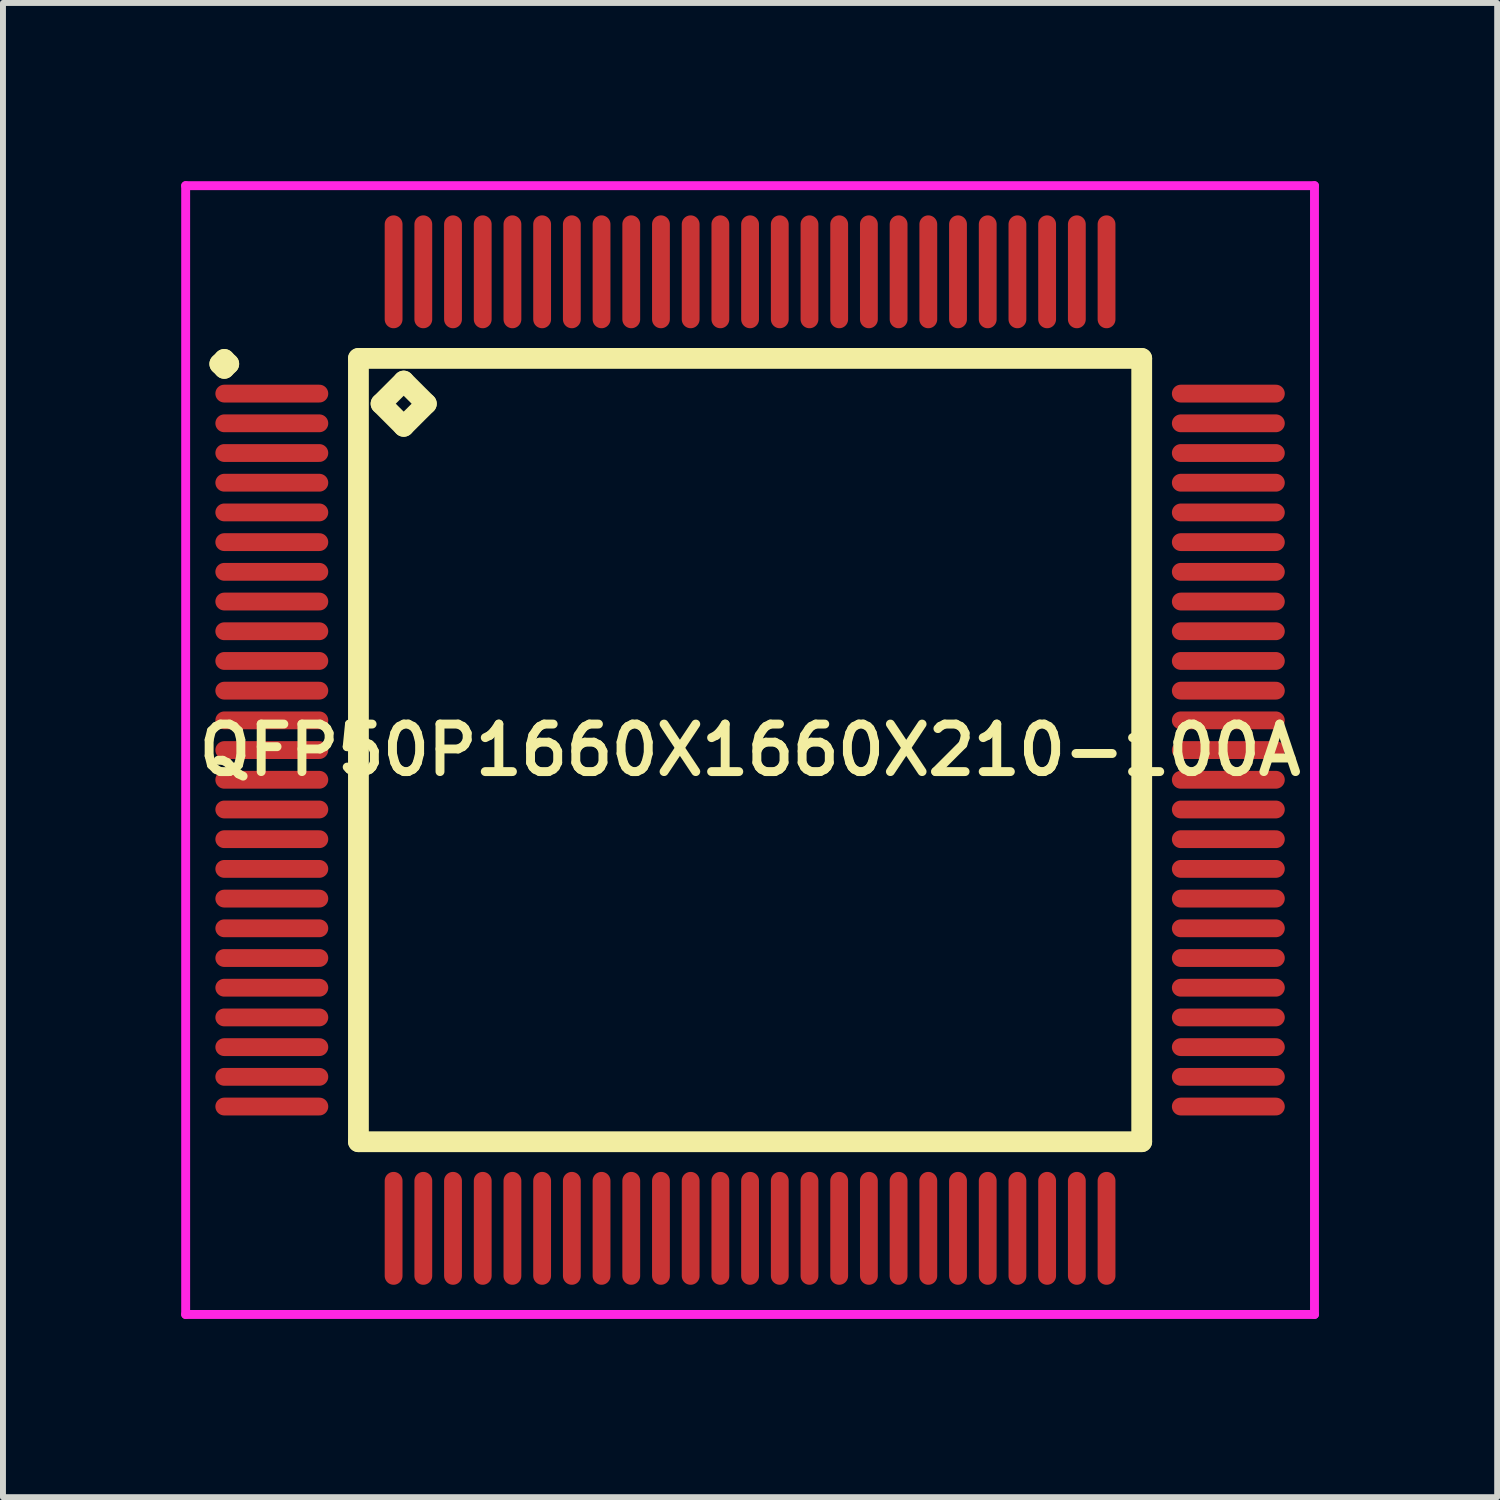
<source format=kicad_pcb>
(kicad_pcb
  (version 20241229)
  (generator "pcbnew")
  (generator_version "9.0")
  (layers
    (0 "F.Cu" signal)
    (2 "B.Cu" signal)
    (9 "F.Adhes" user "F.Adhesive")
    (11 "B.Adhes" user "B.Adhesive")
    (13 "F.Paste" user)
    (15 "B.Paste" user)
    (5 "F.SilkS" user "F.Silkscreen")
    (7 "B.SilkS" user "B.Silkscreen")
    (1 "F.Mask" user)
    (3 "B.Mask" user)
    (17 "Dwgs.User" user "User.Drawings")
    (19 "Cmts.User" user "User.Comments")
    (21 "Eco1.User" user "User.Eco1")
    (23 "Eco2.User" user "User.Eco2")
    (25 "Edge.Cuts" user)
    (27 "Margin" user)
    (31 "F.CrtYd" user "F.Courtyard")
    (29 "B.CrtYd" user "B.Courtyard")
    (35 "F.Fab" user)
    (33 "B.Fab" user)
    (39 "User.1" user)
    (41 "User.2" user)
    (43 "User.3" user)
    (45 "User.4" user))
  (footprint "QFP50P1660X1660X210-100A"
    (layer "F.Cu")
    (at 9.575 9.575)
    (property "Reference" "QFP50P1660X1660X210-100A" (at 0 0 0) (layer "F.SilkS") (effects (font (size 0.8 0.8) (thickness 0.15))))
    (attr through_hole)
    (fp_line (start -8.925 -6.5) (end -8.85 -6.575) (stroke (width 0.35) (type solid)) (layer "F.SilkS"))
    (fp_line (start -8.85 -6.575) (end -8.775 -6.5) (stroke (width 0.35) (type solid)) (layer "F.SilkS"))
    (fp_line (start -8.85 -6.425) (end -8.925 -6.5) (stroke (width 0.35) (type solid)) (layer "F.SilkS"))
    (fp_line (start -8.775 -6.5) (end -8.85 -6.425) (stroke (width 0.35) (type solid)) (layer "F.SilkS"))
    (fp_line (start -6.592 -6.592) (end -6.592 6.592) (stroke (width 0.35) (type solid)) (layer "F.SilkS"))
    (fp_line (start -6.592 6.592) (end 6.592 6.592) (stroke (width 0.35) (type solid)) (layer "F.SilkS"))
    (fp_line (start -6.211 -5.83) (end -5.83 -6.211) (stroke (width 0.35) (type solid)) (layer "F.SilkS"))
    (fp_line (start -5.83 -6.211) (end -5.449 -5.83) (stroke (width 0.35) (type solid)) (layer "F.SilkS"))
    (fp_line (start -5.83 -5.449) (end -6.211 -5.83) (stroke (width 0.35) (type solid)) (layer "F.SilkS"))
    (fp_line (start -5.449 -5.83) (end -5.83 -5.449) (stroke (width 0.35) (type solid)) (layer "F.SilkS"))
    (fp_line (start 6.592 -6.592) (end -6.592 -6.592) (stroke (width 0.35) (type solid)) (layer "F.SilkS"))
    (fp_line (start 6.592 6.592) (end 6.592 -6.592) (stroke (width 0.35) (type solid)) (layer "F.SilkS"))
    (fp_line (start -9.5 -9.5) (end 9.5 -9.5) (stroke (width 0.15) (type solid)) (layer "F.CrtYd"))
    (fp_line (start -9.5 9.5) (end -9.5 -9.5) (stroke (width 0.15) (type solid)) (layer "F.CrtYd"))
    (fp_line (start 9.5 -9.5) (end 9.5 9.5) (stroke (width 0.15) (type solid)) (layer "F.CrtYd"))
    (fp_line (start 9.5 9.5) (end -9.5 9.5) (stroke (width 0.15) (type solid)) (layer "F.CrtYd"))
    (pad "1" smd oval (at -8.05 -6) (size 1.9 0.3) (layers "F.Cu" "F.Mask" "F.Paste"))
    (pad "2" smd oval (at -8.05 -5.5) (size 1.9 0.3) (layers "F.Cu" "F.Mask" "F.Paste"))
    (pad "3" smd oval (at -8.05 -5) (size 1.9 0.3) (layers "F.Cu" "F.Mask" "F.Paste"))
    (pad "4" smd oval (at -8.05 -4.5) (size 1.9 0.3) (layers "F.Cu" "F.Mask" "F.Paste"))
    (pad "5" smd oval (at -8.05 -4) (size 1.9 0.3) (layers "F.Cu" "F.Mask" "F.Paste"))
    (pad "6" smd oval (at -8.05 -3.5) (size 1.9 0.3) (layers "F.Cu" "F.Mask" "F.Paste"))
    (pad "7" smd oval (at -8.05 -3) (size 1.9 0.3) (layers "F.Cu" "F.Mask" "F.Paste"))
    (pad "8" smd oval (at -8.05 -2.5) (size 1.9 0.3) (layers "F.Cu" "F.Mask" "F.Paste"))
    (pad "9" smd oval (at -8.05 -2) (size 1.9 0.3) (layers "F.Cu" "F.Mask" "F.Paste"))
    (pad "10" smd oval (at -8.05 -1.5) (size 1.9 0.3) (layers "F.Cu" "F.Mask" "F.Paste"))
    (pad "11" smd oval (at -8.05 -1) (size 1.9 0.3) (layers "F.Cu" "F.Mask" "F.Paste"))
    (pad "12" smd oval (at -8.05 -0.5) (size 1.9 0.3) (layers "F.Cu" "F.Mask" "F.Paste"))
    (pad "13" smd oval (at -8.05 0) (size 1.9 0.3) (layers "F.Cu" "F.Mask" "F.Paste"))
    (pad "14" smd oval (at -8.05 0.5) (size 1.9 0.3) (layers "F.Cu" "F.Mask" "F.Paste"))
    (pad "15" smd oval (at -8.05 1) (size 1.9 0.3) (layers "F.Cu" "F.Mask" "F.Paste"))
    (pad "16" smd oval (at -8.05 1.5) (size 1.9 0.3) (layers "F.Cu" "F.Mask" "F.Paste"))
    (pad "17" smd oval (at -8.05 2) (size 1.9 0.3) (layers "F.Cu" "F.Mask" "F.Paste"))
    (pad "18" smd oval (at -8.05 2.5) (size 1.9 0.3) (layers "F.Cu" "F.Mask" "F.Paste"))
    (pad "19" smd oval (at -8.05 3) (size 1.9 0.3) (layers "F.Cu" "F.Mask" "F.Paste"))
    (pad "20" smd oval (at -8.05 3.5) (size 1.9 0.3) (layers "F.Cu" "F.Mask" "F.Paste"))
    (pad "21" smd oval (at -8.05 4) (size 1.9 0.3) (layers "F.Cu" "F.Mask" "F.Paste"))
    (pad "22" smd oval (at -8.05 4.5) (size 1.9 0.3) (layers "F.Cu" "F.Mask" "F.Paste"))
    (pad "23" smd oval (at -8.05 5) (size 1.9 0.3) (layers "F.Cu" "F.Mask" "F.Paste"))
    (pad "24" smd oval (at -8.05 5.5) (size 1.9 0.3) (layers "F.Cu" "F.Mask" "F.Paste"))
    (pad "25" smd oval (at -8.05 6) (size 1.9 0.3) (layers "F.Cu" "F.Mask" "F.Paste"))
    (pad "26" smd oval (at -6 8.05) (size 0.3 1.9) (layers "F.Cu" "F.Mask" "F.Paste"))
    (pad "27" smd oval (at -5.5 8.05) (size 0.3 1.9) (layers "F.Cu" "F.Mask" "F.Paste"))
    (pad "28" smd oval (at -5 8.05) (size 0.3 1.9) (layers "F.Cu" "F.Mask" "F.Paste"))
    (pad "29" smd oval (at -4.5 8.05) (size 0.3 1.9) (layers "F.Cu" "F.Mask" "F.Paste"))
    (pad "30" smd oval (at -4 8.05) (size 0.3 1.9) (layers "F.Cu" "F.Mask" "F.Paste"))
    (pad "31" smd oval (at -3.5 8.05) (size 0.3 1.9) (layers "F.Cu" "F.Mask" "F.Paste"))
    (pad "32" smd oval (at -3 8.05) (size 0.3 1.9) (layers "F.Cu" "F.Mask" "F.Paste"))
    (pad "33" smd oval (at -2.5 8.05) (size 0.3 1.9) (layers "F.Cu" "F.Mask" "F.Paste"))
    (pad "34" smd oval (at -2 8.05) (size 0.3 1.9) (layers "F.Cu" "F.Mask" "F.Paste"))
    (pad "35" smd oval (at -1.5 8.05) (size 0.3 1.9) (layers "F.Cu" "F.Mask" "F.Paste"))
    (pad "36" smd oval (at -1 8.05) (size 0.3 1.9) (layers "F.Cu" "F.Mask" "F.Paste"))
    (pad "37" smd oval (at -0.5 8.05) (size 0.3 1.9) (layers "F.Cu" "F.Mask" "F.Paste"))
    (pad "38" smd oval (at 0 8.05) (size 0.3 1.9) (layers "F.Cu" "F.Mask" "F.Paste"))
    (pad "39" smd oval (at 0.5 8.05) (size 0.3 1.9) (layers "F.Cu" "F.Mask" "F.Paste"))
    (pad "40" smd oval (at 1 8.05) (size 0.3 1.9) (layers "F.Cu" "F.Mask" "F.Paste"))
    (pad "41" smd oval (at 1.5 8.05) (size 0.3 1.9) (layers "F.Cu" "F.Mask" "F.Paste"))
    (pad "42" smd oval (at 2 8.05) (size 0.3 1.9) (layers "F.Cu" "F.Mask" "F.Paste"))
    (pad "43" smd oval (at 2.5 8.05) (size 0.3 1.9) (layers "F.Cu" "F.Mask" "F.Paste"))
    (pad "44" smd oval (at 3 8.05) (size 0.3 1.9) (layers "F.Cu" "F.Mask" "F.Paste"))
    (pad "45" smd oval (at 3.5 8.05) (size 0.3 1.9) (layers "F.Cu" "F.Mask" "F.Paste"))
    (pad "46" smd oval (at 4 8.05) (size 0.3 1.9) (layers "F.Cu" "F.Mask" "F.Paste"))
    (pad "47" smd oval (at 4.5 8.05) (size 0.3 1.9) (layers "F.Cu" "F.Mask" "F.Paste"))
    (pad "48" smd oval (at 5 8.05) (size 0.3 1.9) (layers "F.Cu" "F.Mask" "F.Paste"))
    (pad "49" smd oval (at 5.5 8.05) (size 0.3 1.9) (layers "F.Cu" "F.Mask" "F.Paste"))
    (pad "50" smd oval (at 6 8.05) (size 0.3 1.9) (layers "F.Cu" "F.Mask" "F.Paste"))
    (pad "51" smd oval (at 8.05 6) (size 1.9 0.3) (layers "F.Cu" "F.Mask" "F.Paste"))
    (pad "52" smd oval (at 8.05 5.5) (size 1.9 0.3) (layers "F.Cu" "F.Mask" "F.Paste"))
    (pad "53" smd oval (at 8.05 5) (size 1.9 0.3) (layers "F.Cu" "F.Mask" "F.Paste"))
    (pad "54" smd oval (at 8.05 4.5) (size 1.9 0.3) (layers "F.Cu" "F.Mask" "F.Paste"))
    (pad "55" smd oval (at 8.05 4) (size 1.9 0.3) (layers "F.Cu" "F.Mask" "F.Paste"))
    (pad "56" smd oval (at 8.05 3.5) (size 1.9 0.3) (layers "F.Cu" "F.Mask" "F.Paste"))
    (pad "57" smd oval (at 8.05 3) (size 1.9 0.3) (layers "F.Cu" "F.Mask" "F.Paste"))
    (pad "58" smd oval (at 8.05 2.5) (size 1.9 0.3) (layers "F.Cu" "F.Mask" "F.Paste"))
    (pad "59" smd oval (at 8.05 2) (size 1.9 0.3) (layers "F.Cu" "F.Mask" "F.Paste"))
    (pad "60" smd oval (at 8.05 1.5) (size 1.9 0.3) (layers "F.Cu" "F.Mask" "F.Paste"))
    (pad "61" smd oval (at 8.05 1) (size 1.9 0.3) (layers "F.Cu" "F.Mask" "F.Paste"))
    (pad "62" smd oval (at 8.05 0.5) (size 1.9 0.3) (layers "F.Cu" "F.Mask" "F.Paste"))
    (pad "63" smd oval (at 8.05 0) (size 1.9 0.3) (layers "F.Cu" "F.Mask" "F.Paste"))
    (pad "64" smd oval (at 8.05 -0.5) (size 1.9 0.3) (layers "F.Cu" "F.Mask" "F.Paste"))
    (pad "65" smd oval (at 8.05 -1) (size 1.9 0.3) (layers "F.Cu" "F.Mask" "F.Paste"))
    (pad "66" smd oval (at 8.05 -1.5) (size 1.9 0.3) (layers "F.Cu" "F.Mask" "F.Paste"))
    (pad "67" smd oval (at 8.05 -2) (size 1.9 0.3) (layers "F.Cu" "F.Mask" "F.Paste"))
    (pad "68" smd oval (at 8.05 -2.5) (size 1.9 0.3) (layers "F.Cu" "F.Mask" "F.Paste"))
    (pad "69" smd oval (at 8.05 -3) (size 1.9 0.3) (layers "F.Cu" "F.Mask" "F.Paste"))
    (pad "70" smd oval (at 8.05 -3.5) (size 1.9 0.3) (layers "F.Cu" "F.Mask" "F.Paste"))
    (pad "71" smd oval (at 8.05 -4) (size 1.9 0.3) (layers "F.Cu" "F.Mask" "F.Paste"))
    (pad "72" smd oval (at 8.05 -4.5) (size 1.9 0.3) (layers "F.Cu" "F.Mask" "F.Paste"))
    (pad "73" smd oval (at 8.05 -5) (size 1.9 0.3) (layers "F.Cu" "F.Mask" "F.Paste"))
    (pad "74" smd oval (at 8.05 -5.5) (size 1.9 0.3) (layers "F.Cu" "F.Mask" "F.Paste"))
    (pad "75" smd oval (at 8.05 -6) (size 1.9 0.3) (layers "F.Cu" "F.Mask" "F.Paste"))
    (pad "76" smd oval (at 6 -8.05) (size 0.3 1.9) (layers "F.Cu" "F.Mask" "F.Paste"))
    (pad "77" smd oval (at 5.5 -8.05) (size 0.3 1.9) (layers "F.Cu" "F.Mask" "F.Paste"))
    (pad "78" smd oval (at 5 -8.05) (size 0.3 1.9) (layers "F.Cu" "F.Mask" "F.Paste"))
    (pad "79" smd oval (at 4.5 -8.05) (size 0.3 1.9) (layers "F.Cu" "F.Mask" "F.Paste"))
    (pad "80" smd oval (at 4 -8.05) (size 0.3 1.9) (layers "F.Cu" "F.Mask" "F.Paste"))
    (pad "81" smd oval (at 3.5 -8.05) (size 0.3 1.9) (layers "F.Cu" "F.Mask" "F.Paste"))
    (pad "82" smd oval (at 3 -8.05) (size 0.3 1.9) (layers "F.Cu" "F.Mask" "F.Paste"))
    (pad "83" smd oval (at 2.5 -8.05) (size 0.3 1.9) (layers "F.Cu" "F.Mask" "F.Paste"))
    (pad "84" smd oval (at 2 -8.05) (size 0.3 1.9) (layers "F.Cu" "F.Mask" "F.Paste"))
    (pad "85" smd oval (at 1.5 -8.05) (size 0.3 1.9) (layers "F.Cu" "F.Mask" "F.Paste"))
    (pad "86" smd oval (at 1 -8.05) (size 0.3 1.9) (layers "F.Cu" "F.Mask" "F.Paste"))
    (pad "87" smd oval (at 0.5 -8.05) (size 0.3 1.9) (layers "F.Cu" "F.Mask" "F.Paste"))
    (pad "88" smd oval (at 0 -8.05) (size 0.3 1.9) (layers "F.Cu" "F.Mask" "F.Paste"))
    (pad "89" smd oval (at -0.5 -8.05) (size 0.3 1.9) (layers "F.Cu" "F.Mask" "F.Paste"))
    (pad "90" smd oval (at -1 -8.05) (size 0.3 1.9) (layers "F.Cu" "F.Mask" "F.Paste"))
    (pad "91" smd oval (at -1.5 -8.05) (size 0.3 1.9) (layers "F.Cu" "F.Mask" "F.Paste"))
    (pad "92" smd oval (at -2 -8.05) (size 0.3 1.9) (layers "F.Cu" "F.Mask" "F.Paste"))
    (pad "93" smd oval (at -2.5 -8.05) (size 0.3 1.9) (layers "F.Cu" "F.Mask" "F.Paste"))
    (pad "94" smd oval (at -3 -8.05) (size 0.3 1.9) (layers "F.Cu" "F.Mask" "F.Paste"))
    (pad "95" smd oval (at -3.5 -8.05) (size 0.3 1.9) (layers "F.Cu" "F.Mask" "F.Paste"))
    (pad "96" smd oval (at -4 -8.05) (size 0.3 1.9) (layers "F.Cu" "F.Mask" "F.Paste"))
    (pad "97" smd oval (at -4.5 -8.05) (size 0.3 1.9) (layers "F.Cu" "F.Mask" "F.Paste"))
    (pad "98" smd oval (at -5 -8.05) (size 0.3 1.9) (layers "F.Cu" "F.Mask" "F.Paste"))
    (pad "99" smd oval (at -5.5 -8.05) (size 0.3 1.9) (layers "F.Cu" "F.Mask" "F.Paste"))
    (pad "100" smd oval (at -6 -8.05) (size 0.3 1.9) (layers "F.Cu" "F.Mask" "F.Paste")))
  (gr_rect
    (start -3 -3)
    (end 22.15 22.15)
    (stroke (width 0.1) (type default))
    (fill no)
    (layer "Edge.Cuts")))
</source>
